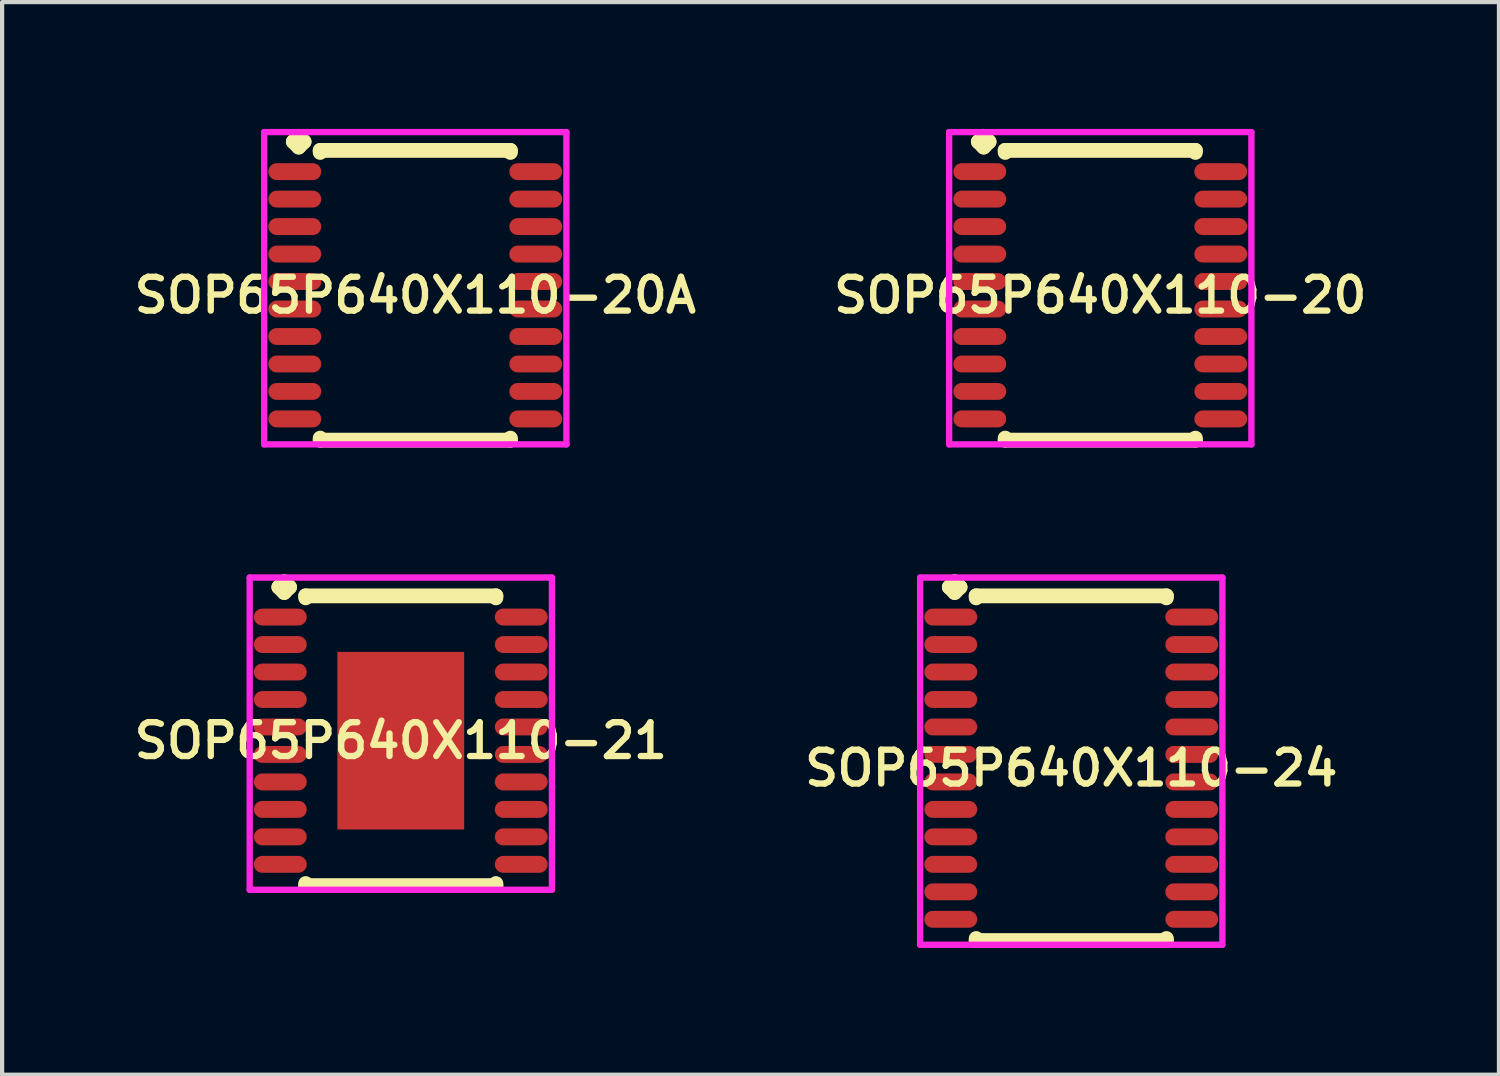
<source format=kicad_pcb>
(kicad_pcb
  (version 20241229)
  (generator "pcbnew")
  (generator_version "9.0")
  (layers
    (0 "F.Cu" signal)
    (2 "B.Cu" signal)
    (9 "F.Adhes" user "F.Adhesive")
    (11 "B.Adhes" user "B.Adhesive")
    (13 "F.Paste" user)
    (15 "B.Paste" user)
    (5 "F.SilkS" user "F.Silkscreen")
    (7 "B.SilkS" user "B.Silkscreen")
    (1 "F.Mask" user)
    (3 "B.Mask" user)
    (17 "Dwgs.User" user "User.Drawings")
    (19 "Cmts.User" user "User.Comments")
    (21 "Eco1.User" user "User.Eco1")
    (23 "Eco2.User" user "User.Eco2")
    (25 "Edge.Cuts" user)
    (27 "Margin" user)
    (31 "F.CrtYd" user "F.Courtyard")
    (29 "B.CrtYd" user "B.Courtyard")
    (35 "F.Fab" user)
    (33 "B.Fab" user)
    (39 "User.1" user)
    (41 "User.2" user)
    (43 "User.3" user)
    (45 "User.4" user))
  (footprint "SOP65P640X110-20"
    (layer "F.Cu")
    (at 22.978 3.935)
    (property "Reference" "SOP65P640X110-20" (at 0 0 0) (layer "F.SilkS") (effects (font (size 0.8 0.8) (thickness 0.15))))
    (attr smd)
    (fp_line (start -2.885 -3.633) (end -2.758 -3.76) (stroke (width 0.35) (type solid)) (layer "F.SilkS"))
    (fp_line (start -2.758 -3.76) (end -2.631 -3.633) (stroke (width 0.35) (type solid)) (layer "F.SilkS"))
    (fp_line (start -2.758 -3.506) (end -2.885 -3.633) (stroke (width 0.35) (type solid)) (layer "F.SilkS"))
    (fp_line (start -2.631 -3.633) (end -2.758 -3.506) (stroke (width 0.35) (type solid)) (layer "F.SilkS"))
    (fp_line (start -2.25 -3.427) (end 2.25 -3.427) (stroke (width 0.35) (type solid)) (layer "F.SilkS"))
    (fp_line (start -2.25 -3.379) (end -2.25 -3.427) (stroke (width 0.35) (type solid)) (layer "F.SilkS"))
    (fp_line (start -2.25 3.379) (end -2.25 3.427) (stroke (width 0.35) (type solid)) (layer "F.SilkS"))
    (fp_line (start -2.25 3.427) (end 2.25 3.427) (stroke (width 0.35) (type solid)) (layer "F.SilkS"))
    (fp_line (start 2.25 -3.427) (end 2.25 -3.379) (stroke (width 0.35) (type solid)) (layer "F.SilkS"))
    (fp_line (start 2.25 3.427) (end 2.25 3.379) (stroke (width 0.35) (type solid)) (layer "F.SilkS"))
    (fp_line (start -3.575 -3.86) (end 3.575 -3.86) (stroke (width 0.15) (type solid)) (layer "F.CrtYd"))
    (fp_line (start -3.575 3.527) (end -3.575 -3.86) (stroke (width 0.15) (type solid)) (layer "F.CrtYd"))
    (fp_line (start 3.575 -3.86) (end 3.575 3.527) (stroke (width 0.15) (type solid)) (layer "F.CrtYd"))
    (fp_line (start 3.575 3.527) (end -3.575 3.527) (stroke (width 0.15) (type solid)) (layer "F.CrtYd"))
    (pad "1" smd oval (at -2.85 -2.925) (size 1.25 0.4) (layers "F.Cu" "F.Mask" "F.Paste"))
    (pad "2" smd oval (at -2.85 -2.275) (size 1.25 0.4) (layers "F.Cu" "F.Mask" "F.Paste"))
    (pad "3" smd oval (at -2.85 -1.625) (size 1.25 0.4) (layers "F.Cu" "F.Mask" "F.Paste"))
    (pad "4" smd oval (at -2.85 -0.975) (size 1.25 0.4) (layers "F.Cu" "F.Mask" "F.Paste"))
    (pad "5" smd oval (at -2.85 -0.325) (size 1.25 0.4) (layers "F.Cu" "F.Mask" "F.Paste"))
    (pad "6" smd oval (at -2.85 0.325) (size 1.25 0.4) (layers "F.Cu" "F.Mask" "F.Paste"))
    (pad "7" smd oval (at -2.85 0.975) (size 1.25 0.4) (layers "F.Cu" "F.Mask" "F.Paste"))
    (pad "8" smd oval (at -2.85 1.625) (size 1.25 0.4) (layers "F.Cu" "F.Mask" "F.Paste"))
    (pad "9" smd oval (at -2.85 2.275) (size 1.25 0.4) (layers "F.Cu" "F.Mask" "F.Paste"))
    (pad "10" smd oval (at -2.85 2.925) (size 1.25 0.4) (layers "F.Cu" "F.Mask" "F.Paste"))
    (pad "11" smd oval (at 2.85 2.925) (size 1.25 0.4) (layers "F.Cu" "F.Mask" "F.Paste"))
    (pad "12" smd oval (at 2.85 2.275) (size 1.25 0.4) (layers "F.Cu" "F.Mask" "F.Paste"))
    (pad "13" smd oval (at 2.85 1.625) (size 1.25 0.4) (layers "F.Cu" "F.Mask" "F.Paste"))
    (pad "14" smd oval (at 2.85 0.975) (size 1.25 0.4) (layers "F.Cu" "F.Mask" "F.Paste"))
    (pad "15" smd oval (at 2.85 0.325) (size 1.25 0.4) (layers "F.Cu" "F.Mask" "F.Paste"))
    (pad "16" smd oval (at 2.85 -0.325) (size 1.25 0.4) (layers "F.Cu" "F.Mask" "F.Paste"))
    (pad "17" smd oval (at 2.85 -0.975) (size 1.25 0.4) (layers "F.Cu" "F.Mask" "F.Paste"))
    (pad "18" smd oval (at 2.85 -1.625) (size 1.25 0.4) (layers "F.Cu" "F.Mask" "F.Paste"))
    (pad "19" smd oval (at 2.85 -2.275) (size 1.25 0.4) (layers "F.Cu" "F.Mask" "F.Paste"))
    (pad "20" smd oval (at 2.85 -2.925) (size 1.25 0.4) (layers "F.Cu" "F.Mask" "F.Paste")))
  (footprint "SOP65P640X110-20A"
    (layer "F.Cu")
    (at 6.774 3.935)
    (property "Reference" "SOP65P640X110-20A" (at 0 0 0) (layer "F.SilkS") (effects (font (size 0.8 0.8) (thickness 0.15))))
    (attr smd)
    (fp_line (start -2.885 -3.633) (end -2.758 -3.76) (stroke (width 0.35) (type solid)) (layer "F.SilkS"))
    (fp_line (start -2.758 -3.76) (end -2.631 -3.633) (stroke (width 0.35) (type solid)) (layer "F.SilkS"))
    (fp_line (start -2.758 -3.506) (end -2.885 -3.633) (stroke (width 0.35) (type solid)) (layer "F.SilkS"))
    (fp_line (start -2.631 -3.633) (end -2.758 -3.506) (stroke (width 0.35) (type solid)) (layer "F.SilkS"))
    (fp_line (start -2.25 -3.427) (end 2.25 -3.427) (stroke (width 0.35) (type solid)) (layer "F.SilkS"))
    (fp_line (start -2.25 -3.379) (end -2.25 -3.427) (stroke (width 0.35) (type solid)) (layer "F.SilkS"))
    (fp_line (start -2.25 3.379) (end -2.25 3.427) (stroke (width 0.35) (type solid)) (layer "F.SilkS"))
    (fp_line (start -2.25 3.427) (end 2.25 3.427) (stroke (width 0.35) (type solid)) (layer "F.SilkS"))
    (fp_line (start 2.25 -3.427) (end 2.25 -3.379) (stroke (width 0.35) (type solid)) (layer "F.SilkS"))
    (fp_line (start 2.25 3.427) (end 2.25 3.379) (stroke (width 0.35) (type solid)) (layer "F.SilkS"))
    (fp_line (start -3.575 -3.86) (end 3.575 -3.86) (stroke (width 0.15) (type solid)) (layer "F.CrtYd"))
    (fp_line (start -3.575 3.527) (end -3.575 -3.86) (stroke (width 0.15) (type solid)) (layer "F.CrtYd"))
    (fp_line (start 3.575 -3.86) (end 3.575 3.527) (stroke (width 0.15) (type solid)) (layer "F.CrtYd"))
    (fp_line (start 3.575 3.527) (end -3.575 3.527) (stroke (width 0.15) (type solid)) (layer "F.CrtYd"))
    (pad "1" smd oval (at -2.85 -2.925) (size 1.25 0.4) (layers "F.Cu" "F.Mask" "F.Paste"))
    (pad "2" smd oval (at -2.85 -2.275) (size 1.25 0.4) (layers "F.Cu" "F.Mask" "F.Paste"))
    (pad "3" smd oval (at -2.85 -1.625) (size 1.25 0.4) (layers "F.Cu" "F.Mask" "F.Paste"))
    (pad "4" smd oval (at -2.85 -0.975) (size 1.25 0.4) (layers "F.Cu" "F.Mask" "F.Paste"))
    (pad "5" smd oval (at -2.85 -0.325) (size 1.25 0.4) (layers "F.Cu" "F.Mask" "F.Paste"))
    (pad "6" smd oval (at -2.85 0.325) (size 1.25 0.4) (layers "F.Cu" "F.Mask" "F.Paste"))
    (pad "7" smd oval (at -2.85 0.975) (size 1.25 0.4) (layers "F.Cu" "F.Mask" "F.Paste"))
    (pad "8" smd oval (at -2.85 1.625) (size 1.25 0.4) (layers "F.Cu" "F.Mask" "F.Paste"))
    (pad "9" smd oval (at -2.85 2.275) (size 1.25 0.4) (layers "F.Cu" "F.Mask" "F.Paste"))
    (pad "10" smd oval (at -2.85 2.925) (size 1.25 0.4) (layers "F.Cu" "F.Mask" "F.Paste"))
    (pad "11" smd oval (at 2.85 2.925) (size 1.25 0.4) (layers "F.Cu" "F.Mask" "F.Paste"))
    (pad "12" smd oval (at 2.85 2.275) (size 1.25 0.4) (layers "F.Cu" "F.Mask" "F.Paste"))
    (pad "13" smd oval (at 2.85 1.625) (size 1.25 0.4) (layers "F.Cu" "F.Mask" "F.Paste"))
    (pad "14" smd oval (at 2.85 0.975) (size 1.25 0.4) (layers "F.Cu" "F.Mask" "F.Paste"))
    (pad "15" smd oval (at 2.85 0.325) (size 1.25 0.4) (layers "F.Cu" "F.Mask" "F.Paste"))
    (pad "16" smd oval (at 2.85 -0.325) (size 1.25 0.4) (layers "F.Cu" "F.Mask" "F.Paste"))
    (pad "17" smd oval (at 2.85 -0.975) (size 1.25 0.4) (layers "F.Cu" "F.Mask" "F.Paste"))
    (pad "18" smd oval (at 2.85 -1.625) (size 1.25 0.4) (layers "F.Cu" "F.Mask" "F.Paste"))
    (pad "19" smd oval (at 2.85 -2.275) (size 1.25 0.4) (layers "F.Cu" "F.Mask" "F.Paste"))
    (pad "20" smd oval (at 2.85 -2.925) (size 1.25 0.4) (layers "F.Cu" "F.Mask" "F.Paste")))
  (footprint "SOP65P640X110-21"
    (layer "F.Cu")
    (at 6.431 14.472)
    (property "Reference" "SOP65P640X110-21" (at 0 0 0) (layer "F.SilkS") (effects (font (size 0.8 0.8) (thickness 0.15))))
    (attr smd)
    (fp_line (start -2.885 -3.633) (end -2.758 -3.76) (stroke (width 0.35) (type solid)) (layer "F.SilkS"))
    (fp_line (start -2.758 -3.76) (end -2.631 -3.633) (stroke (width 0.35) (type solid)) (layer "F.SilkS"))
    (fp_line (start -2.758 -3.506) (end -2.885 -3.633) (stroke (width 0.35) (type solid)) (layer "F.SilkS"))
    (fp_line (start -2.631 -3.633) (end -2.758 -3.506) (stroke (width 0.35) (type solid)) (layer "F.SilkS"))
    (fp_line (start -2.25 -3.427) (end 2.25 -3.427) (stroke (width 0.35) (type solid)) (layer "F.SilkS"))
    (fp_line (start -2.25 -3.379) (end -2.25 -3.427) (stroke (width 0.35) (type solid)) (layer "F.SilkS"))
    (fp_line (start -2.25 3.379) (end -2.25 3.427) (stroke (width 0.35) (type solid)) (layer "F.SilkS"))
    (fp_line (start -2.25 3.427) (end 2.25 3.427) (stroke (width 0.35) (type solid)) (layer "F.SilkS"))
    (fp_line (start 2.25 -3.427) (end 2.25 -3.379) (stroke (width 0.35) (type solid)) (layer "F.SilkS"))
    (fp_line (start 2.25 3.427) (end 2.25 3.379) (stroke (width 0.35) (type solid)) (layer "F.SilkS"))
    (fp_line (start -3.575 -3.86) (end 3.575 -3.86) (stroke (width 0.15) (type solid)) (layer "F.CrtYd"))
    (fp_line (start -3.575 3.527) (end -3.575 -3.86) (stroke (width 0.15) (type solid)) (layer "F.CrtYd"))
    (fp_line (start 3.575 -3.86) (end 3.575 3.527) (stroke (width 0.15) (type solid)) (layer "F.CrtYd"))
    (fp_line (start 3.575 3.527) (end -3.575 3.527) (stroke (width 0.15) (type solid)) (layer "F.CrtYd"))
    (pad "1" smd oval (at -2.85 -2.925) (size 1.25 0.4) (layers "F.Cu" "F.Mask" "F.Paste"))
    (pad "2" smd oval (at -2.85 -2.275) (size 1.25 0.4) (layers "F.Cu" "F.Mask" "F.Paste"))
    (pad "3" smd oval (at -2.85 -1.625) (size 1.25 0.4) (layers "F.Cu" "F.Mask" "F.Paste"))
    (pad "4" smd oval (at -2.85 -0.975) (size 1.25 0.4) (layers "F.Cu" "F.Mask" "F.Paste"))
    (pad "5" smd oval (at -2.85 -0.325) (size 1.25 0.4) (layers "F.Cu" "F.Mask" "F.Paste"))
    (pad "6" smd oval (at -2.85 0.325) (size 1.25 0.4) (layers "F.Cu" "F.Mask" "F.Paste"))
    (pad "7" smd oval (at -2.85 0.975) (size 1.25 0.4) (layers "F.Cu" "F.Mask" "F.Paste"))
    (pad "8" smd oval (at -2.85 1.625) (size 1.25 0.4) (layers "F.Cu" "F.Mask" "F.Paste"))
    (pad "9" smd oval (at -2.85 2.275) (size 1.25 0.4) (layers "F.Cu" "F.Mask" "F.Paste"))
    (pad "10" smd oval (at -2.85 2.925) (size 1.25 0.4) (layers "F.Cu" "F.Mask" "F.Paste"))
    (pad "11" smd oval (at 2.85 2.925) (size 1.25 0.4) (layers "F.Cu" "F.Mask" "F.Paste"))
    (pad "12" smd oval (at 2.85 2.275) (size 1.25 0.4) (layers "F.Cu" "F.Mask" "F.Paste"))
    (pad "13" smd oval (at 2.85 1.625) (size 1.25 0.4) (layers "F.Cu" "F.Mask" "F.Paste"))
    (pad "14" smd oval (at 2.85 0.975) (size 1.25 0.4) (layers "F.Cu" "F.Mask" "F.Paste"))
    (pad "15" smd oval (at 2.85 0.325) (size 1.25 0.4) (layers "F.Cu" "F.Mask" "F.Paste"))
    (pad "16" smd oval (at 2.85 -0.325) (size 1.25 0.4) (layers "F.Cu" "F.Mask" "F.Paste"))
    (pad "17" smd oval (at 2.85 -0.975) (size 1.25 0.4) (layers "F.Cu" "F.Mask" "F.Paste"))
    (pad "18" smd oval (at 2.85 -1.625) (size 1.25 0.4) (layers "F.Cu" "F.Mask" "F.Paste"))
    (pad "19" smd oval (at 2.85 -2.275) (size 1.25 0.4) (layers "F.Cu" "F.Mask" "F.Paste"))
    (pad "20" smd oval (at 2.85 -2.925) (size 1.25 0.4) (layers "F.Cu" "F.Mask" "F.Paste"))
    (pad "21" smd rect (at 0 0) (size 3 4.2) (layers "F.Cu" "F.Mask" "F.Paste")))
  (footprint "SOP65P640X110-24"
    (layer "F.Cu")
    (at 22.292 15.122)
    (property "Reference" "SOP65P640X110-24" (at 0 0 0) (layer "F.SilkS") (effects (font (size 0.8 0.8) (thickness 0.15))))
    (attr smd)
    (fp_line (start -2.885 -4.283) (end -2.758 -4.41) (stroke (width 0.35) (type solid)) (layer "F.SilkS"))
    (fp_line (start -2.758 -4.41) (end -2.631 -4.283) (stroke (width 0.35) (type solid)) (layer "F.SilkS"))
    (fp_line (start -2.758 -4.156) (end -2.885 -4.283) (stroke (width 0.35) (type solid)) (layer "F.SilkS"))
    (fp_line (start -2.631 -4.283) (end -2.758 -4.156) (stroke (width 0.35) (type solid)) (layer "F.SilkS"))
    (fp_line (start -2.25 -4.077) (end 2.25 -4.077) (stroke (width 0.35) (type solid)) (layer "F.SilkS"))
    (fp_line (start -2.25 -4.029) (end -2.25 -4.077) (stroke (width 0.35) (type solid)) (layer "F.SilkS"))
    (fp_line (start -2.25 4.029) (end -2.25 4.077) (stroke (width 0.35) (type solid)) (layer "F.SilkS"))
    (fp_line (start -2.25 4.077) (end 2.25 4.077) (stroke (width 0.35) (type solid)) (layer "F.SilkS"))
    (fp_line (start 2.25 -4.077) (end 2.25 -4.029) (stroke (width 0.35) (type solid)) (layer "F.SilkS"))
    (fp_line (start 2.25 4.077) (end 2.25 4.029) (stroke (width 0.35) (type solid)) (layer "F.SilkS"))
    (fp_line (start -3.575 -4.51) (end 3.575 -4.51) (stroke (width 0.15) (type solid)) (layer "F.CrtYd"))
    (fp_line (start -3.575 4.177) (end -3.575 -4.51) (stroke (width 0.15) (type solid)) (layer "F.CrtYd"))
    (fp_line (start 3.575 -4.51) (end 3.575 4.177) (stroke (width 0.15) (type solid)) (layer "F.CrtYd"))
    (fp_line (start 3.575 4.177) (end -3.575 4.177) (stroke (width 0.15) (type solid)) (layer "F.CrtYd"))
    (pad "1" smd oval (at -2.85 -3.575) (size 1.25 0.4) (layers "F.Cu" "F.Mask" "F.Paste"))
    (pad "2" smd oval (at -2.85 -2.925) (size 1.25 0.4) (layers "F.Cu" "F.Mask" "F.Paste"))
    (pad "3" smd oval (at -2.85 -2.275) (size 1.25 0.4) (layers "F.Cu" "F.Mask" "F.Paste"))
    (pad "4" smd oval (at -2.85 -1.625) (size 1.25 0.4) (layers "F.Cu" "F.Mask" "F.Paste"))
    (pad "5" smd oval (at -2.85 -0.975) (size 1.25 0.4) (layers "F.Cu" "F.Mask" "F.Paste"))
    (pad "6" smd oval (at -2.85 -0.325) (size 1.25 0.4) (layers "F.Cu" "F.Mask" "F.Paste"))
    (pad "7" smd oval (at -2.85 0.325) (size 1.25 0.4) (layers "F.Cu" "F.Mask" "F.Paste"))
    (pad "8" smd oval (at -2.85 0.975) (size 1.25 0.4) (layers "F.Cu" "F.Mask" "F.Paste"))
    (pad "9" smd oval (at -2.85 1.625) (size 1.25 0.4) (layers "F.Cu" "F.Mask" "F.Paste"))
    (pad "10" smd oval (at -2.85 2.275) (size 1.25 0.4) (layers "F.Cu" "F.Mask" "F.Paste"))
    (pad "11" smd oval (at -2.85 2.925) (size 1.25 0.4) (layers "F.Cu" "F.Mask" "F.Paste"))
    (pad "12" smd oval (at -2.85 3.575) (size 1.25 0.4) (layers "F.Cu" "F.Mask" "F.Paste"))
    (pad "13" smd oval (at 2.85 3.575) (size 1.25 0.4) (layers "F.Cu" "F.Mask" "F.Paste"))
    (pad "14" smd oval (at 2.85 2.925) (size 1.25 0.4) (layers "F.Cu" "F.Mask" "F.Paste"))
    (pad "15" smd oval (at 2.85 2.275) (size 1.25 0.4) (layers "F.Cu" "F.Mask" "F.Paste"))
    (pad "16" smd oval (at 2.85 1.625) (size 1.25 0.4) (layers "F.Cu" "F.Mask" "F.Paste"))
    (pad "17" smd oval (at 2.85 0.975) (size 1.25 0.4) (layers "F.Cu" "F.Mask" "F.Paste"))
    (pad "18" smd oval (at 2.85 0.325) (size 1.25 0.4) (layers "F.Cu" "F.Mask" "F.Paste"))
    (pad "19" smd oval (at 2.85 -0.325) (size 1.25 0.4) (layers "F.Cu" "F.Mask" "F.Paste"))
    (pad "20" smd oval (at 2.85 -0.975) (size 1.25 0.4) (layers "F.Cu" "F.Mask" "F.Paste"))
    (pad "21" smd oval (at 2.85 -1.625) (size 1.25 0.4) (layers "F.Cu" "F.Mask" "F.Paste"))
    (pad "22" smd oval (at 2.85 -2.275) (size 1.25 0.4) (layers "F.Cu" "F.Mask" "F.Paste"))
    (pad "23" smd oval (at 2.85 -2.925) (size 1.25 0.4) (layers "F.Cu" "F.Mask" "F.Paste"))
    (pad "24" smd oval (at 2.85 -3.575) (size 1.25 0.4) (layers "F.Cu" "F.Mask" "F.Paste")))
  (gr_rect
    (start -3 -3)
    (end 32.409 22.374)
    (stroke (width 0.1) (type default))
    (fill no)
    (layer "Edge.Cuts")))
</source>
